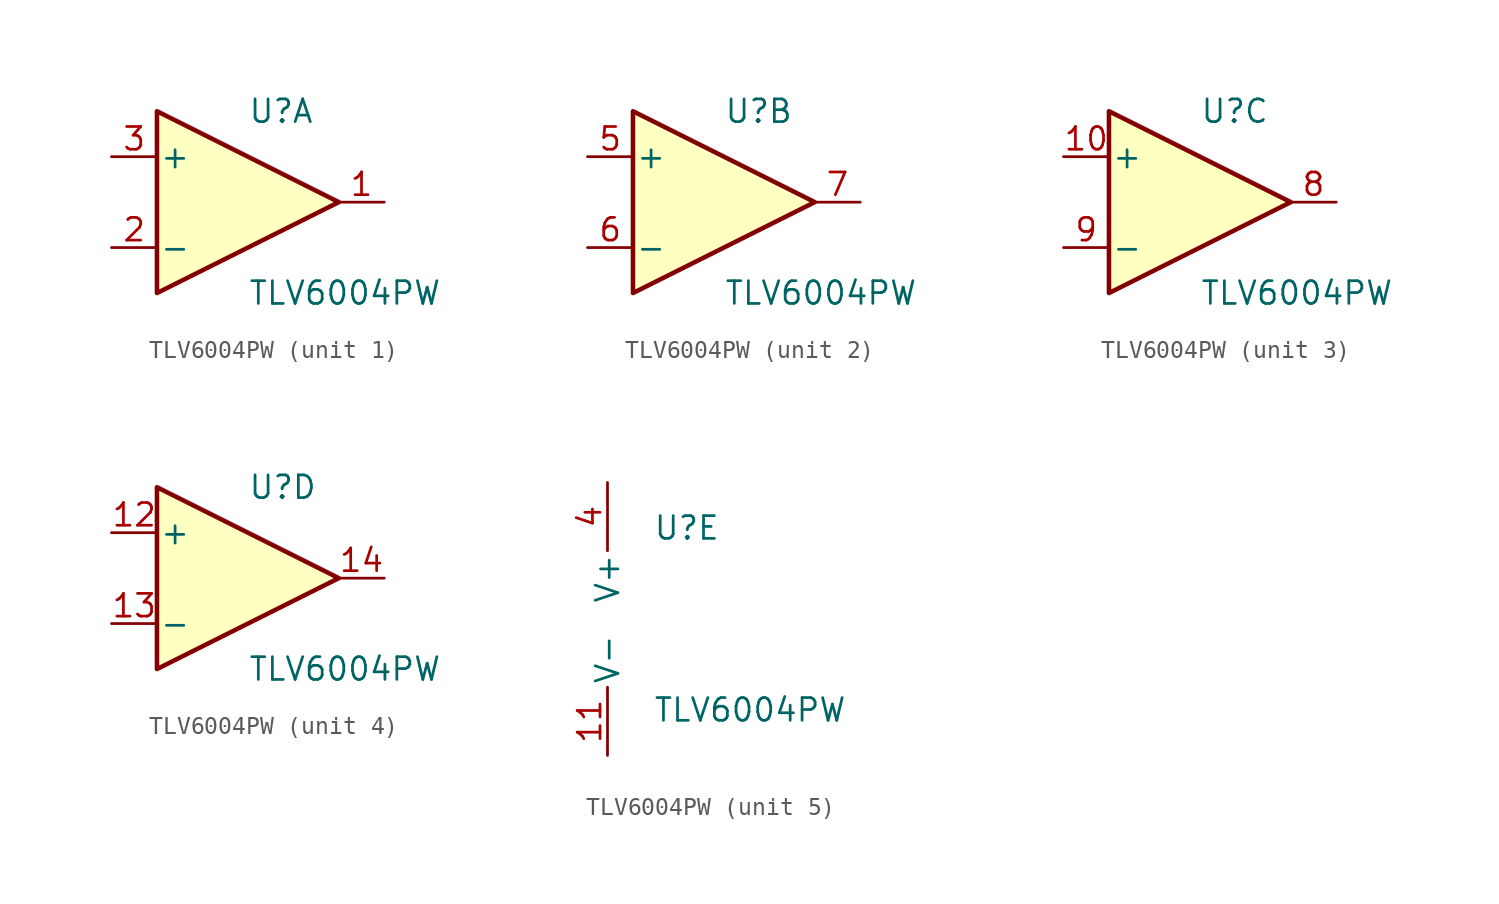
<source format=kicad_sym>
(kicad_symbol_lib
  (version 20211014)
  (generator kicad_symbol_editor)
  (symbol "TLV6004PW"
    (pin_names
      (offset 0.127))
    (property "Reference" "U"
      (at 0 5.08 0)
      (effects (font (size 1.27 1.27)) (justify left)))
    (property "Value" "TLV6004PW"
      (at 0 -5.08 0)
      (effects (font (size 1.27 1.27)) (justify left)))
    (property "ki_locked" ""
      (at 0 0 0)
      (effects (font (size 1.27 1.27))))
    (symbol "TLV6004PW_1_1"
      (polyline (pts (xy -5.08 5.08) (xy 5.08 0) (xy -5.08 -5.08) (xy -5.08 5.08)) (stroke (width 0.254) (type default) (color 0 0 0 0)) (fill (type background)))
      (pin output line (at 7.62 0 180) (length 2.54) (name "~" (effects (font (size 1.27 1.27)))) (number "1" (effects (font (size 1.27 1.27)))))
      (pin input line (at -7.62 -2.54 0) (length 2.54) (name "-" (effects (font (size 1.27 1.27)))) (number "2" (effects (font (size 1.27 1.27)))))
      (pin input line (at -7.62 2.54 0) (length 2.54) (name "+" (effects (font (size 1.27 1.27)))) (number "3" (effects (font (size 1.27 1.27))))))
    (symbol "TLV6004PW_2_1"
      (polyline (pts (xy -5.08 5.08) (xy 5.08 0) (xy -5.08 -5.08) (xy -5.08 5.08)) (stroke (width 0.254) (type default) (color 0 0 0 0)) (fill (type background)))
      (pin input line (at -7.62 2.54 0) (length 2.54) (name "+" (effects (font (size 1.27 1.27)))) (number "5" (effects (font (size 1.27 1.27)))))
      (pin input line (at -7.62 -2.54 0) (length 2.54) (name "-" (effects (font (size 1.27 1.27)))) (number "6" (effects (font (size 1.27 1.27)))))
      (pin output line (at 7.62 0 180) (length 2.54) (name "~" (effects (font (size 1.27 1.27)))) (number "7" (effects (font (size 1.27 1.27))))))
    (symbol "TLV6004PW_3_1"
      (polyline (pts (xy -5.08 5.08) (xy 5.08 0) (xy -5.08 -5.08) (xy -5.08 5.08)) (stroke (width 0.254) (type default) (color 0 0 0 0)) (fill (type background)))
      (pin input line (at -7.62 2.54 0) (length 2.54) (name "+" (effects (font (size 1.27 1.27)))) (number "10" (effects (font (size 1.27 1.27)))))
      (pin output line (at 7.62 0 180) (length 2.54) (name "~" (effects (font (size 1.27 1.27)))) (number "8" (effects (font (size 1.27 1.27)))))
      (pin input line (at -7.62 -2.54 0) (length 2.54) (name "-" (effects (font (size 1.27 1.27)))) (number "9" (effects (font (size 1.27 1.27))))))
    (symbol "TLV6004PW_4_1"
      (polyline (pts (xy -5.08 5.08) (xy 5.08 0) (xy -5.08 -5.08) (xy -5.08 5.08)) (stroke (width 0.254) (type default) (color 0 0 0 0)) (fill (type background)))
      (pin input line (at -7.62 2.54 0) (length 2.54) (name "+" (effects (font (size 1.27 1.27)))) (number "12" (effects (font (size 1.27 1.27)))))
      (pin input line (at -7.62 -2.54 0) (length 2.54) (name "-" (effects (font (size 1.27 1.27)))) (number "13" (effects (font (size 1.27 1.27)))))
      (pin output line (at 7.62 0 180) (length 2.54) (name "~" (effects (font (size 1.27 1.27)))) (number "14" (effects (font (size 1.27 1.27))))))
    (symbol "TLV6004PW_5_1"
      (pin power_in line (at -2.54 -7.62 90) (length 3.81) (name "V-" (effects (font (size 1.27 1.27)))) (number "11" (effects (font (size 1.27 1.27)))))
      (pin power_in line (at -2.54 7.62 270) (length 3.81) (name "V+" (effects (font (size 1.27 1.27)))) (number "4" (effects (font (size 1.27 1.27))))))))
</source>
